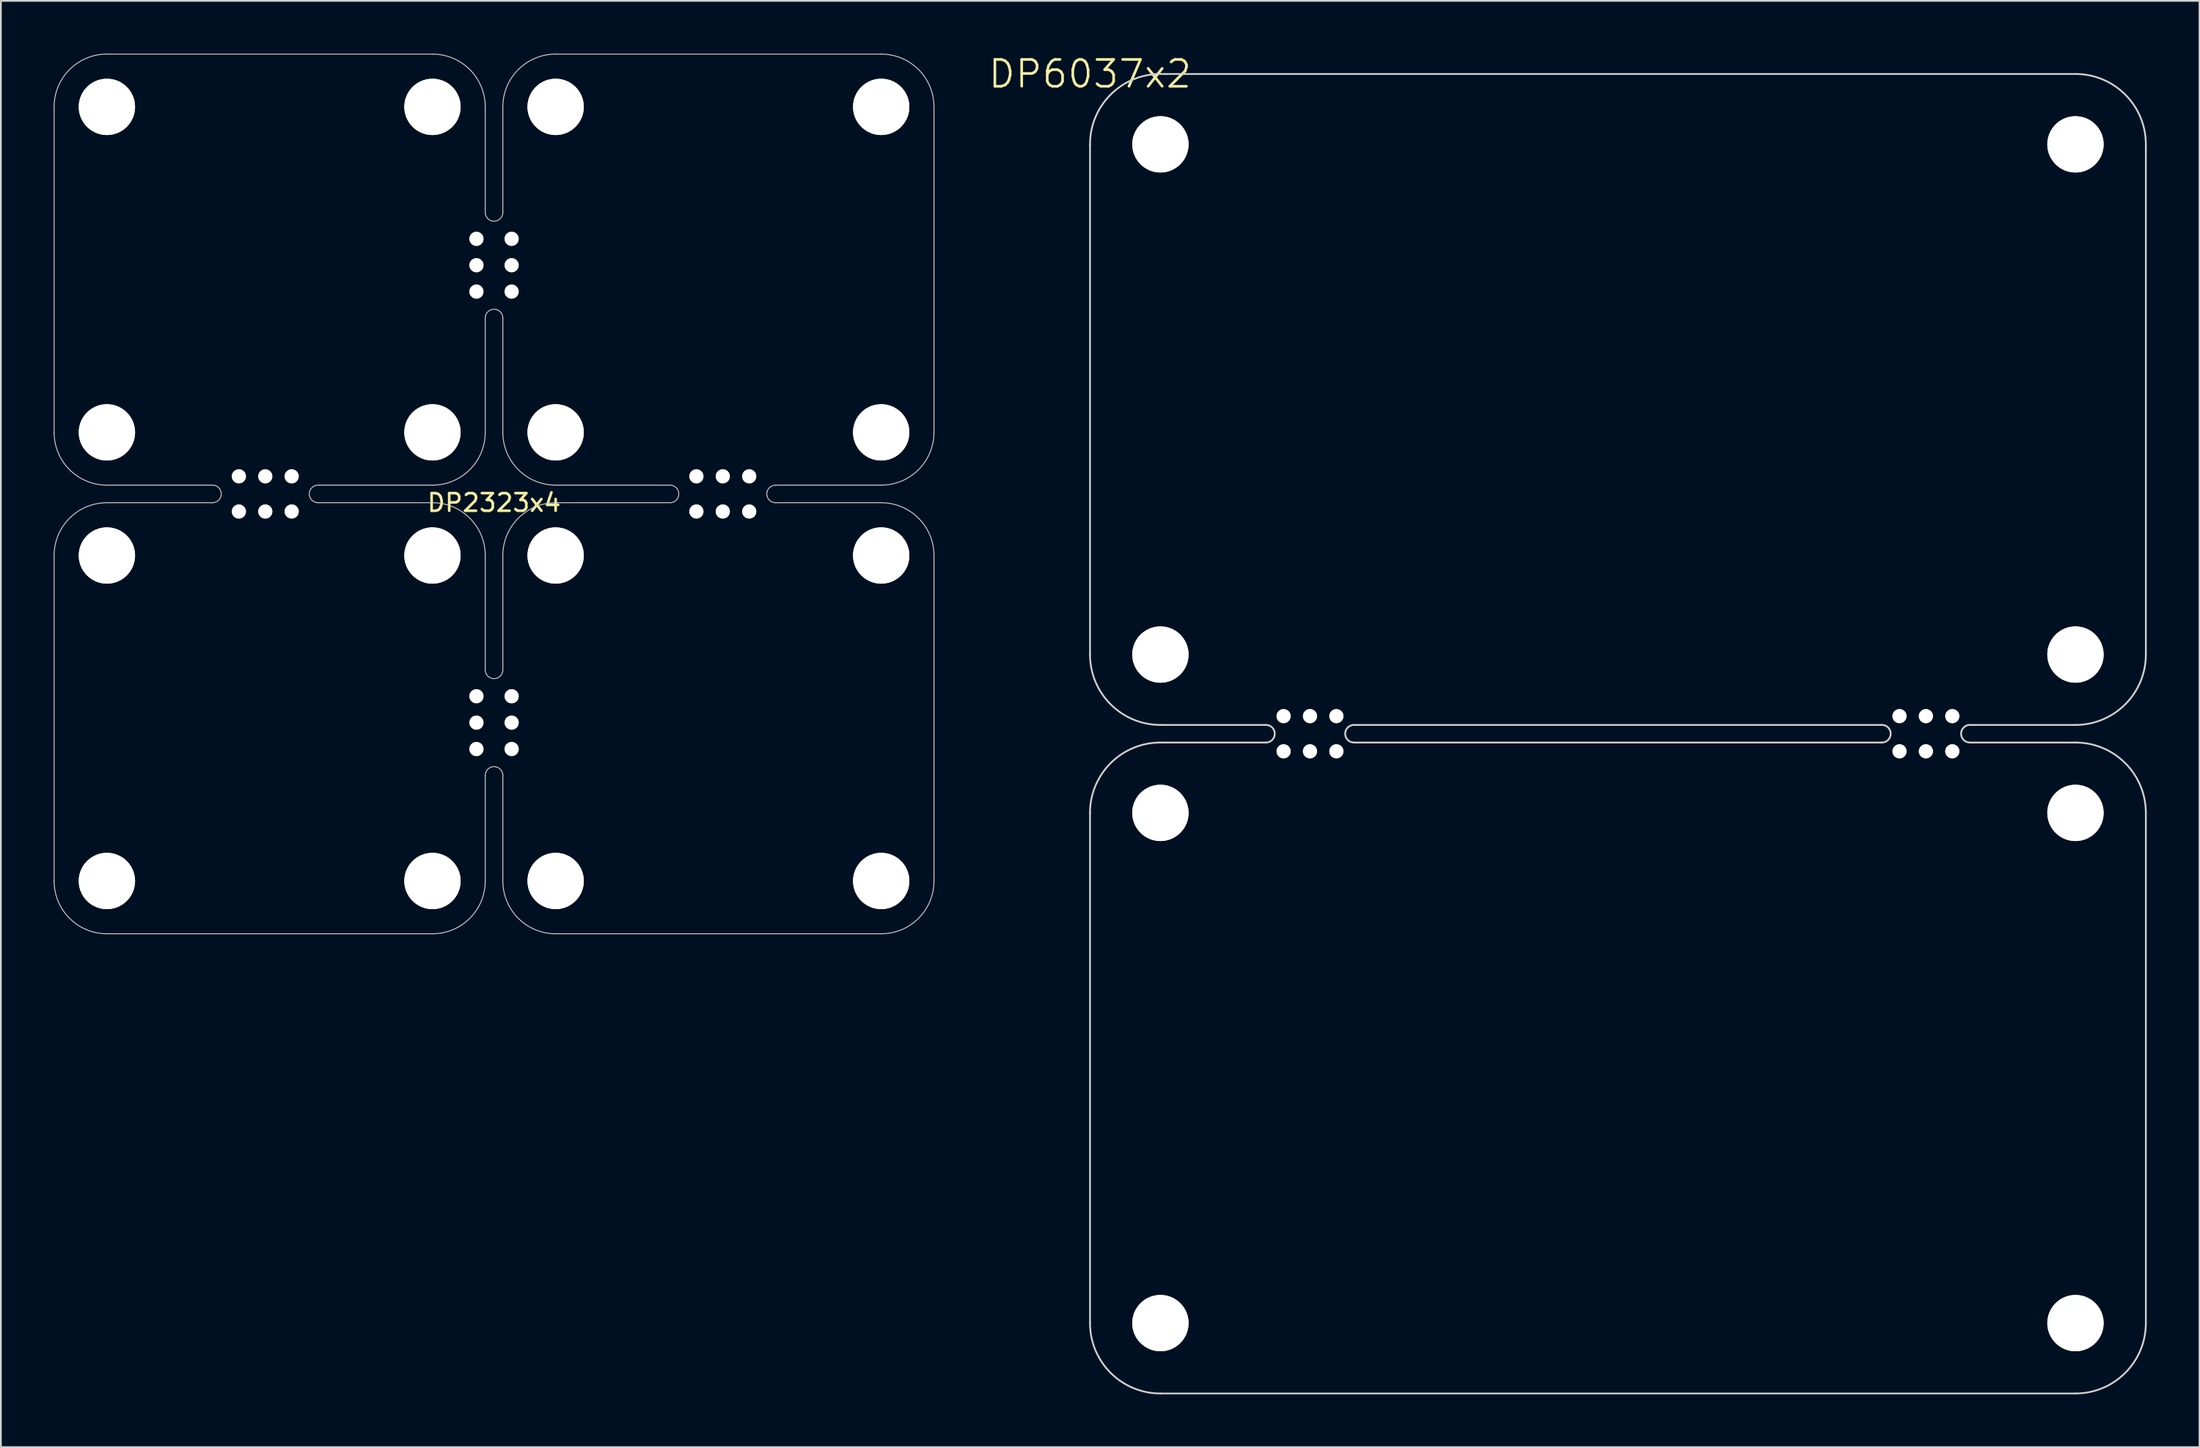
<source format=kicad_pcb>
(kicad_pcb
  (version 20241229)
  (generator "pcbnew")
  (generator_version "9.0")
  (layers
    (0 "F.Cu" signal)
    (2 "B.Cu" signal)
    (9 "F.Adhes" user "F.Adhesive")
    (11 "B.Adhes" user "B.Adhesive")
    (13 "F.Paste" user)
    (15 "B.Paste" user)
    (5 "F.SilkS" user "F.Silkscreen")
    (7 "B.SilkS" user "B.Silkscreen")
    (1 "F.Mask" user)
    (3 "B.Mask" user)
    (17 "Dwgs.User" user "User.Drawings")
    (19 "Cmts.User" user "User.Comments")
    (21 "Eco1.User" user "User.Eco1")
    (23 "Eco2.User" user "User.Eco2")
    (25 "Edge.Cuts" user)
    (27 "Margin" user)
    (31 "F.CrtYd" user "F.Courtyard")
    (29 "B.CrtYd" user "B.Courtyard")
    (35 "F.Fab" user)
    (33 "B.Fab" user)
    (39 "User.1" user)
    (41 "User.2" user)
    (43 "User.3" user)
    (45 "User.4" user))
  (footprint "DP6037x2"
    (layer "F.Cu")
    (at 58.892 1.155)
    (property "Reference" "DP6037x2" (at 0 0 0) (layer "F.SilkS") (effects (font (size 1.524 1.524) (thickness 0.15))))
    (attr through_hole)
    (fp_line (start 0 4) (end 0 33) (stroke (width 0.1) (type solid)) (layer "Edge.Cuts"))
    (fp_line (start 0 42) (end 0 71) (stroke (width 0.1) (type solid)) (layer "Edge.Cuts"))
    (fp_line (start 4 37) (end 10 37) (stroke (width 0.1) (type solid)) (layer "Edge.Cuts"))
    (fp_line (start 4 75) (end 56 75) (stroke (width 0.1) (type solid)) (layer "Edge.Cuts"))
    (fp_line (start 10 38) (end 4 38) (stroke (width 0.1) (type solid)) (layer "Edge.Cuts"))
    (fp_line (start 15 37) (end 45 37) (stroke (width 0.1) (type solid)) (layer "Edge.Cuts"))
    (fp_line (start 45 38) (end 15 38) (stroke (width 0.1) (type solid)) (layer "Edge.Cuts"))
    (fp_line (start 50 38) (end 56 38) (stroke (width 0.1) (type solid)) (layer "Edge.Cuts"))
    (fp_line (start 56 0) (end 4 0) (stroke (width 0.1) (type solid)) (layer "Edge.Cuts"))
    (fp_line (start 56 37) (end 50 37) (stroke (width 0.1) (type solid)) (layer "Edge.Cuts"))
    (fp_line (start 60 33) (end 60 4) (stroke (width 0.1) (type solid)) (layer "Edge.Cuts"))
    (fp_line (start 60 71) (end 60 42) (stroke (width 0.1) (type solid)) (layer "Edge.Cuts"))
    (fp_arc (start 0 4) (mid 1.171573 1.171573) (end 4 0) (stroke (width 0.1) (type solid)) (layer "Edge.Cuts"))
    (fp_arc (start 0 42) (mid 1.171573 39.171573) (end 4 38) (stroke (width 0.1) (type solid)) (layer "Edge.Cuts"))
    (fp_arc (start 4 37) (mid 1.171573 35.828427) (end 0 33) (stroke (width 0.1) (type solid)) (layer "Edge.Cuts"))
    (fp_arc (start 4 75) (mid 1.171573 73.828427) (end 0 71) (stroke (width 0.1) (type solid)) (layer "Edge.Cuts"))
    (fp_arc (start 10 37) (mid 10.5 37.5) (end 10 38) (stroke (width 0.1) (type solid)) (layer "Edge.Cuts"))
    (fp_arc (start 15 38) (mid 14.5 37.5) (end 15 37) (stroke (width 0.1) (type solid)) (layer "Edge.Cuts"))
    (fp_arc (start 45 37) (mid 45.5 37.5) (end 45 38) (stroke (width 0.1) (type solid)) (layer "Edge.Cuts"))
    (fp_arc (start 50 38) (mid 49.5 37.5) (end 50 37) (stroke (width 0.1) (type solid)) (layer "Edge.Cuts"))
    (fp_arc (start 56 0) (mid 58.828427 1.171573) (end 60 4) (stroke (width 0.1) (type solid)) (layer "Edge.Cuts"))
    (fp_arc (start 56 38) (mid 58.828427 39.171573) (end 60 42) (stroke (width 0.1) (type solid)) (layer "Edge.Cuts"))
    (fp_arc (start 60 33) (mid 58.828427 35.828427) (end 56 37) (stroke (width 0.1) (type solid)) (layer "Edge.Cuts"))
    (fp_arc (start 60 71) (mid 58.828427 73.828427) (end 56 75) (stroke (width 0.1) (type solid)) (layer "Edge.Cuts"))
    (pad "" np_thru_hole circle (at 4 4) (size 3.2 3.2) (drill 3.2) (layers "*.Cu" "*.Mask" "F.SilkS"))
    (pad "" np_thru_hole circle (at 4 33) (size 3.2 3.2) (drill 3.2) (layers "*.Cu" "*.Mask" "F.SilkS"))
    (pad "" np_thru_hole circle (at 4 42) (size 3.2 3.2) (drill 3.2) (layers "*.Cu" "*.Mask" "F.SilkS"))
    (pad "" np_thru_hole circle (at 4 71) (size 3.2 3.2) (drill 3.2) (layers "*.Cu" "*.Mask" "F.SilkS"))
    (pad "" np_thru_hole circle (at 11 36.5) (size 0.8 0.8) (drill 0.8) (layers "*.Cu" "*.Mask" "F.SilkS"))
    (pad "" np_thru_hole circle (at 11 38.5) (size 0.8 0.8) (drill 0.8) (layers "*.Cu" "*.Mask" "F.SilkS"))
    (pad "" np_thru_hole circle (at 12.5 36.5) (size 0.8 0.8) (drill 0.8) (layers "*.Cu" "*.Mask" "F.SilkS"))
    (pad "" np_thru_hole circle (at 12.5 38.5) (size 0.8 0.8) (drill 0.8) (layers "*.Cu" "*.Mask" "F.SilkS"))
    (pad "" np_thru_hole circle (at 14 36.5) (size 0.8 0.8) (drill 0.8) (layers "*.Cu" "*.Mask" "F.SilkS"))
    (pad "" np_thru_hole circle (at 14 38.5) (size 0.8 0.8) (drill 0.8) (layers "*.Cu" "*.Mask" "F.SilkS"))
    (pad "" np_thru_hole circle (at 46 36.5) (size 0.8 0.8) (drill 0.8) (layers "*.Cu" "*.Mask" "F.SilkS"))
    (pad "" np_thru_hole circle (at 46 38.5) (size 0.8 0.8) (drill 0.8) (layers "*.Cu" "*.Mask" "F.SilkS"))
    (pad "" np_thru_hole circle (at 47.5 36.5) (size 0.8 0.8) (drill 0.8) (layers "*.Cu" "*.Mask" "F.SilkS"))
    (pad "" np_thru_hole circle (at 47.5 38.5) (size 0.8 0.8) (drill 0.8) (layers "*.Cu" "*.Mask" "F.SilkS"))
    (pad "" np_thru_hole circle (at 49 36.5) (size 0.8 0.8) (drill 0.8) (layers "*.Cu" "*.Mask" "F.SilkS"))
    (pad "" np_thru_hole circle (at 49 38.5) (size 0.8 0.8) (drill 0.8) (layers "*.Cu" "*.Mask" "F.SilkS"))
    (pad "" np_thru_hole circle (at 56 4) (size 3.2 3.2) (drill 3.2) (layers "*.Cu" "*.Mask" "F.SilkS"))
    (pad "" np_thru_hole circle (at 56 33) (size 3.2 3.2) (drill 3.2) (layers "*.Cu" "*.Mask" "F.SilkS"))
    (pad "" np_thru_hole circle (at 56 42) (size 3.2 3.2) (drill 3.2) (layers "*.Cu" "*.Mask" "F.SilkS"))
    (pad "" np_thru_hole circle (at 56 71) (size 3.2 3.2) (drill 3.2) (layers "*.Cu" "*.Mask" "F.SilkS")))
  (footprint "DP2323x4"
    (layer "F.Cu")
    (at 25.025 25.025)
    (property "Reference" "DP2323x4" (at 0 0.5 0) (layer "F.SilkS") (effects (font (size 1 1) (thickness 0.15))))
    (attr through_hole)
    (fp_line (start -25 -3.5) (end -25 -22) (stroke (width 0.05) (type solid)) (layer "Edge.Cuts"))
    (fp_line (start -25 22) (end -25 3.5) (stroke (width 0.05) (type solid)) (layer "Edge.Cuts"))
    (fp_line (start -22 -25) (end -3.5 -25) (stroke (width 0.05) (type solid)) (layer "Edge.Cuts"))
    (fp_line (start -22 25) (end -3.5 25) (stroke (width 0.05) (type solid)) (layer "Edge.Cuts"))
    (fp_line (start -16 -0.5) (end -22 -0.5) (stroke (width 0.05) (type solid)) (layer "Edge.Cuts"))
    (fp_line (start -16 0.5) (end -22 0.5) (stroke (width 0.05) (type solid)) (layer "Edge.Cuts"))
    (fp_line (start -3.5 -0.5) (end -10 -0.5) (stroke (width 0.05) (type solid)) (layer "Edge.Cuts"))
    (fp_line (start -3.5 0.5) (end -10 0.5) (stroke (width 0.05) (type solid)) (layer "Edge.Cuts"))
    (fp_line (start -0.5 -22) (end -0.5 -16) (stroke (width 0.05) (type solid)) (layer "Edge.Cuts"))
    (fp_line (start -0.5 -10) (end -0.5 -3.5) (stroke (width 0.05) (type solid)) (layer "Edge.Cuts"))
    (fp_line (start -0.5 3.5) (end -0.5 10) (stroke (width 0.05) (type solid)) (layer "Edge.Cuts"))
    (fp_line (start -0.5 16) (end -0.5 22) (stroke (width 0.05) (type solid)) (layer "Edge.Cuts"))
    (fp_line (start 0.5 -22) (end 0.5 -16) (stroke (width 0.05) (type solid)) (layer "Edge.Cuts"))
    (fp_line (start 0.5 -10) (end 0.5 -3.5) (stroke (width 0.05) (type solid)) (layer "Edge.Cuts"))
    (fp_line (start 0.5 3.5) (end 0.5 10) (stroke (width 0.05) (type solid)) (layer "Edge.Cuts"))
    (fp_line (start 0.5 16) (end 0.5 22) (stroke (width 0.05) (type solid)) (layer "Edge.Cuts"))
    (fp_line (start 3.5 -25) (end 22 -25) (stroke (width 0.05) (type solid)) (layer "Edge.Cuts"))
    (fp_line (start 3.5 25) (end 22 25) (stroke (width 0.05) (type solid)) (layer "Edge.Cuts"))
    (fp_line (start 10 -0.5) (end 3.5 -0.5) (stroke (width 0.05) (type solid)) (layer "Edge.Cuts"))
    (fp_line (start 10 0.5) (end 3.5 0.5) (stroke (width 0.05) (type solid)) (layer "Edge.Cuts"))
    (fp_line (start 22 -0.5) (end 16 -0.5) (stroke (width 0.05) (type solid)) (layer "Edge.Cuts"))
    (fp_line (start 22 0.5) (end 16 0.5) (stroke (width 0.05) (type solid)) (layer "Edge.Cuts"))
    (fp_line (start 25 -3.5) (end 25 -22) (stroke (width 0.05) (type solid)) (layer "Edge.Cuts"))
    (fp_line (start 25 22) (end 25 3.5) (stroke (width 0.05) (type solid)) (layer "Edge.Cuts"))
    (fp_arc (start -25 -22) (mid -24.12132 -24.12132) (end -22 -25) (stroke (width 0.05) (type solid)) (layer "Edge.Cuts"))
    (fp_arc (start -25 3.5) (mid -24.12132 1.37868) (end -22 0.5) (stroke (width 0.05) (type solid)) (layer "Edge.Cuts"))
    (fp_arc (start -22 -0.5) (mid -24.12132 -1.37868) (end -25 -3.5) (stroke (width 0.05) (type solid)) (layer "Edge.Cuts"))
    (fp_arc (start -22 25) (mid -24.12132 24.12132) (end -25 22) (stroke (width 0.05) (type solid)) (layer "Edge.Cuts"))
    (fp_arc (start -16 -0.5) (mid -15.5 0) (end -16 0.5) (stroke (width 0.05) (type solid)) (layer "Edge.Cuts"))
    (fp_arc (start -10 0.5) (mid -10.5 0) (end -10 -0.5) (stroke (width 0.05) (type solid)) (layer "Edge.Cuts"))
    (fp_arc (start -3.5 -25) (mid -1.37868 -24.12132) (end -0.5 -22) (stroke (width 0.05) (type solid)) (layer "Edge.Cuts"))
    (fp_arc (start -3.5 0.5) (mid -1.37868 1.37868) (end -0.5 3.5) (stroke (width 0.05) (type solid)) (layer "Edge.Cuts"))
    (fp_arc (start -0.5 -10) (mid 0 -10.5) (end 0.5 -10) (stroke (width 0.05) (type solid)) (layer "Edge.Cuts"))
    (fp_arc (start -0.5 -3.5) (mid -1.37868 -1.37868) (end -3.5 -0.5) (stroke (width 0.05) (type solid)) (layer "Edge.Cuts"))
    (fp_arc (start -0.5 16) (mid 0 15.5) (end 0.5 16) (stroke (width 0.05) (type solid)) (layer "Edge.Cuts"))
    (fp_arc (start -0.5 22) (mid -1.37868 24.12132) (end -3.5 25) (stroke (width 0.05) (type solid)) (layer "Edge.Cuts"))
    (fp_arc (start 0.5 -22) (mid 1.37868 -24.12132) (end 3.5 -25) (stroke (width 0.05) (type solid)) (layer "Edge.Cuts"))
    (fp_arc (start 0.5 -16) (mid 0 -15.5) (end -0.5 -16) (stroke (width 0.05) (type solid)) (layer "Edge.Cuts"))
    (fp_arc (start 0.5 3.5) (mid 1.37868 1.37868) (end 3.5 0.5) (stroke (width 0.05) (type solid)) (layer "Edge.Cuts"))
    (fp_arc (start 0.5 10) (mid 0 10.5) (end -0.5 10) (stroke (width 0.05) (type solid)) (layer "Edge.Cuts"))
    (fp_arc (start 3.5 -0.5) (mid 1.37868 -1.37868) (end 0.5 -3.5) (stroke (width 0.05) (type solid)) (layer "Edge.Cuts"))
    (fp_arc (start 3.5 25) (mid 1.37868 24.12132) (end 0.5 22) (stroke (width 0.05) (type solid)) (layer "Edge.Cuts"))
    (fp_arc (start 10 -0.5) (mid 10.5 0) (end 10 0.5) (stroke (width 0.05) (type solid)) (layer "Edge.Cuts"))
    (fp_arc (start 16 0.5) (mid 15.5 0) (end 16 -0.5) (stroke (width 0.05) (type solid)) (layer "Edge.Cuts"))
    (fp_arc (start 22 -25) (mid 24.12132 -24.12132) (end 25 -22) (stroke (width 0.05) (type solid)) (layer "Edge.Cuts"))
    (fp_arc (start 22 0.5) (mid 24.12132 1.37868) (end 25 3.5) (stroke (width 0.05) (type solid)) (layer "Edge.Cuts"))
    (fp_arc (start 25 -3.5) (mid 24.12132 -1.37868) (end 22 -0.5) (stroke (width 0.05) (type solid)) (layer "Edge.Cuts"))
    (fp_arc (start 25 22) (mid 24.12132 24.12132) (end 22 25) (stroke (width 0.05) (type solid)) (layer "Edge.Cuts"))
    (pad "" np_thru_hole circle (at -22 -22) (size 3.2 3.2) (drill 3.2) (layers "*.Cu" "*.Mask" "F.SilkS"))
    (pad "" np_thru_hole circle (at -22 -3.5) (size 3.2 3.2) (drill 3.2) (layers "*.Cu" "*.Mask" "F.SilkS"))
    (pad "" np_thru_hole circle (at -22 3.5) (size 3.2 3.2) (drill 3.2) (layers "*.Cu" "*.Mask" "F.SilkS"))
    (pad "" np_thru_hole circle (at -22 22) (size 3.2 3.2) (drill 3.2) (layers "*.Cu" "*.Mask" "F.SilkS"))
    (pad "" np_thru_hole circle (at -14.5 -1) (size 0.8 0.8) (drill 0.8) (layers "*.Cu" "*.Mask" "F.SilkS"))
    (pad "" np_thru_hole circle (at -14.5 1) (size 0.8 0.8) (drill 0.8) (layers "*.Cu" "*.Mask" "F.SilkS"))
    (pad "" np_thru_hole circle (at -13 -1) (size 0.8 0.8) (drill 0.8) (layers "*.Cu" "*.Mask" "F.SilkS"))
    (pad "" np_thru_hole circle (at -13 1) (size 0.8 0.8) (drill 0.8) (layers "*.Cu" "*.Mask" "F.SilkS"))
    (pad "" np_thru_hole circle (at -11.5 -1) (size 0.8 0.8) (drill 0.8) (layers "*.Cu" "*.Mask" "F.SilkS"))
    (pad "" np_thru_hole circle (at -11.5 1) (size 0.8 0.8) (drill 0.8) (layers "*.Cu" "*.Mask" "F.SilkS"))
    (pad "" np_thru_hole circle (at -3.5 -22) (size 3.2 3.2) (drill 3.2) (layers "*.Cu" "*.Mask" "F.SilkS"))
    (pad "" np_thru_hole circle (at -3.5 -3.5) (size 3.2 3.2) (drill 3.2) (layers "*.Cu" "*.Mask" "F.SilkS"))
    (pad "" np_thru_hole circle (at -3.5 3.5) (size 3.2 3.2) (drill 3.2) (layers "*.Cu" "*.Mask" "F.SilkS"))
    (pad "" np_thru_hole circle (at -3.5 22) (size 3.2 3.2) (drill 3.2) (layers "*.Cu" "*.Mask" "F.SilkS"))
    (pad "" np_thru_hole circle (at -1 -14.5 90) (size 0.8 0.8) (drill 0.8) (layers "*.Cu" "*.Mask" "F.SilkS"))
    (pad "" np_thru_hole circle (at -1 -13 90) (size 0.8 0.8) (drill 0.8) (layers "*.Cu" "*.Mask" "F.SilkS"))
    (pad "" np_thru_hole circle (at -1 -11.5 90) (size 0.8 0.8) (drill 0.8) (layers "*.Cu" "*.Mask" "F.SilkS"))
    (pad "" np_thru_hole circle (at -1 11.5 90) (size 0.8 0.8) (drill 0.8) (layers "*.Cu" "*.Mask" "F.SilkS"))
    (pad "" np_thru_hole circle (at -1 13 90) (size 0.8 0.8) (drill 0.8) (layers "*.Cu" "*.Mask" "F.SilkS"))
    (pad "" np_thru_hole circle (at -1 14.5 90) (size 0.8 0.8) (drill 0.8) (layers "*.Cu" "*.Mask" "F.SilkS"))
    (pad "" np_thru_hole circle (at 1 -14.5 90) (size 0.8 0.8) (drill 0.8) (layers "*.Cu" "*.Mask" "F.SilkS"))
    (pad "" np_thru_hole circle (at 1 -13 90) (size 0.8 0.8) (drill 0.8) (layers "*.Cu" "*.Mask" "F.SilkS"))
    (pad "" np_thru_hole circle (at 1 -11.5 90) (size 0.8 0.8) (drill 0.8) (layers "*.Cu" "*.Mask" "F.SilkS"))
    (pad "" np_thru_hole circle (at 1 11.5 90) (size 0.8 0.8) (drill 0.8) (layers "*.Cu" "*.Mask" "F.SilkS"))
    (pad "" np_thru_hole circle (at 1 13 90) (size 0.8 0.8) (drill 0.8) (layers "*.Cu" "*.Mask" "F.SilkS"))
    (pad "" np_thru_hole circle (at 1 14.5 90) (size 0.8 0.8) (drill 0.8) (layers "*.Cu" "*.Mask" "F.SilkS"))
    (pad "" np_thru_hole circle (at 3.5 -22) (size 3.2 3.2) (drill 3.2) (layers "*.Cu" "*.Mask" "F.SilkS"))
    (pad "" np_thru_hole circle (at 3.5 -3.5) (size 3.2 3.2) (drill 3.2) (layers "*.Cu" "*.Mask" "F.SilkS"))
    (pad "" np_thru_hole circle (at 3.5 3.5) (size 3.2 3.2) (drill 3.2) (layers "*.Cu" "*.Mask" "F.SilkS"))
    (pad "" np_thru_hole circle (at 3.5 22) (size 3.2 3.2) (drill 3.2) (layers "*.Cu" "*.Mask" "F.SilkS"))
    (pad "" np_thru_hole circle (at 11.5 -1) (size 0.8 0.8) (drill 0.8) (layers "*.Cu" "*.Mask" "F.SilkS"))
    (pad "" np_thru_hole circle (at 11.5 1) (size 0.8 0.8) (drill 0.8) (layers "*.Cu" "*.Mask" "F.SilkS"))
    (pad "" np_thru_hole circle (at 13 -1) (size 0.8 0.8) (drill 0.8) (layers "*.Cu" "*.Mask" "F.SilkS"))
    (pad "" np_thru_hole circle (at 13 1) (size 0.8 0.8) (drill 0.8) (layers "*.Cu" "*.Mask" "F.SilkS"))
    (pad "" np_thru_hole circle (at 14.5 -1) (size 0.8 0.8) (drill 0.8) (layers "*.Cu" "*.Mask" "F.SilkS"))
    (pad "" np_thru_hole circle (at 14.5 1) (size 0.8 0.8) (drill 0.8) (layers "*.Cu" "*.Mask" "F.SilkS"))
    (pad "" np_thru_hole circle (at 22 -22) (size 3.2 3.2) (drill 3.2) (layers "*.Cu" "*.Mask" "F.SilkS"))
    (pad "" np_thru_hole circle (at 22 -3.5) (size 3.2 3.2) (drill 3.2) (layers "*.Cu" "*.Mask" "F.SilkS"))
    (pad "" np_thru_hole circle (at 22 3.5) (size 3.2 3.2) (drill 3.2) (layers "*.Cu" "*.Mask" "F.SilkS"))
    (pad "" np_thru_hole circle (at 22 22) (size 3.2 3.2) (drill 3.2) (layers "*.Cu" "*.Mask" "F.SilkS")))
  (gr_rect
    (start -3 -3)
    (end 121.942 79.205)
    (stroke (width 0.1) (type default))
    (fill no)
    (layer "Edge.Cuts")))
</source>
